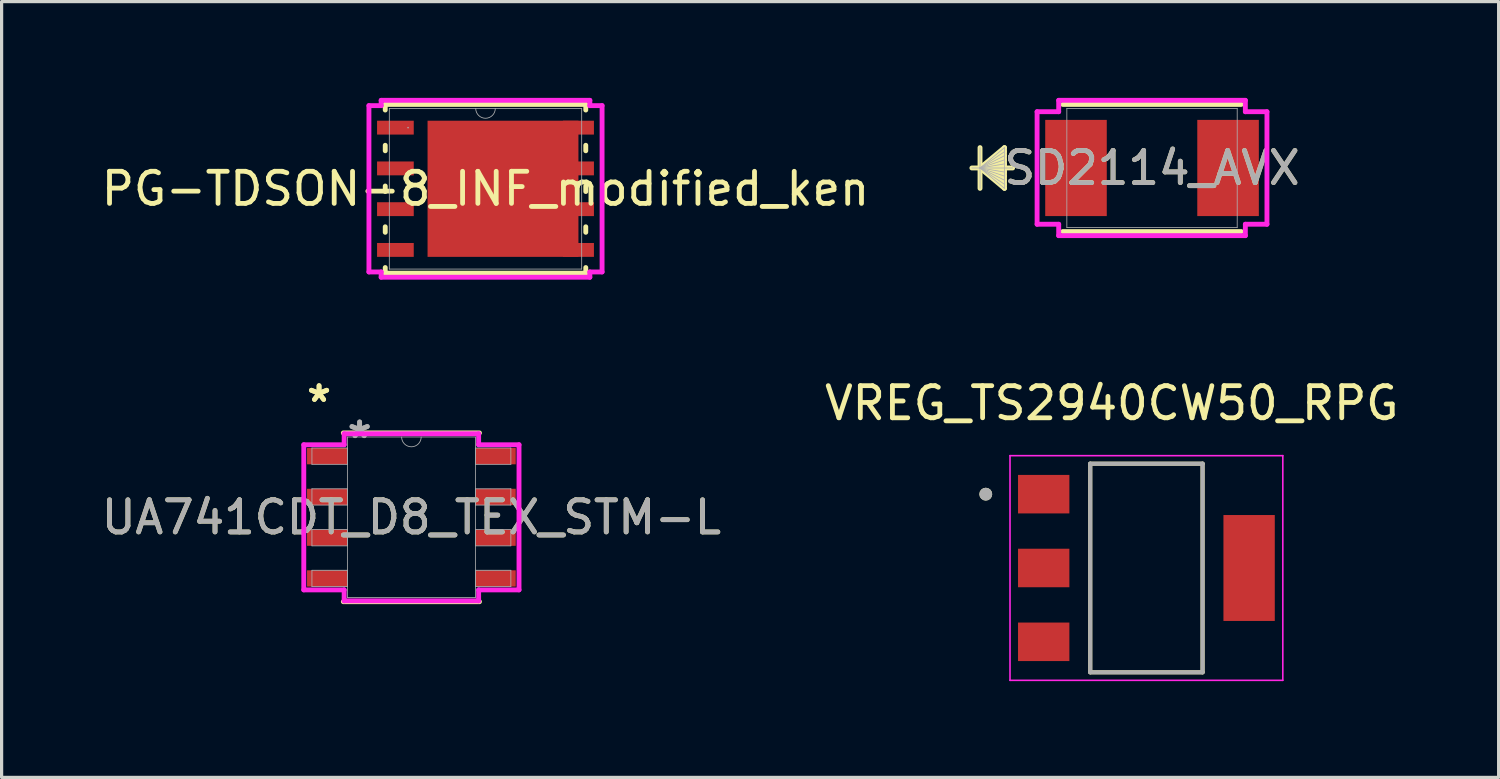
<source format=kicad_pcb>
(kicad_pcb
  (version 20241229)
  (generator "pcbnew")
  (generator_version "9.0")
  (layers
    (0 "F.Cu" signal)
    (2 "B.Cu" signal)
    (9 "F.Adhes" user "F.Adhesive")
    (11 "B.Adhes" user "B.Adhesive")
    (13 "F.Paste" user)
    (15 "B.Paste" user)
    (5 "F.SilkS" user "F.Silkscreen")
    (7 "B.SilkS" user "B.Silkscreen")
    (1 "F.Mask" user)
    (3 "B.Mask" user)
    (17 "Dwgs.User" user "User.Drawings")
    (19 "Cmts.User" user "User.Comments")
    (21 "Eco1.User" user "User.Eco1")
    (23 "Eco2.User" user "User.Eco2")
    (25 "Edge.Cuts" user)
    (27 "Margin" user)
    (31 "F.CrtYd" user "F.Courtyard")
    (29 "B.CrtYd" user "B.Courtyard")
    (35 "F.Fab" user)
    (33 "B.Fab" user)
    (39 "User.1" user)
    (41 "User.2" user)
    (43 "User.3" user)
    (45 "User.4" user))
  (footprint "PG-TDSON-8_INF_modified_ken"
    (layer "F.Cu")
    (at 12.077 2.832)
    (property "Reference" "PG-TDSON-8_INF_modified_ken" (at 0 0 0) (unlocked yes) (layer "F.SilkS") (effects (font (size 1 1) (thickness 0.15))))
    (attr smd)
    (fp_line (start -3.124 -2.629) (end -3.124 -2.454) (stroke (width 0.152) (type solid)) (layer "F.SilkS"))
    (fp_line (start -3.124 -1.356) (end -3.124 -1.184) (stroke (width 0.152) (type solid)) (layer "F.SilkS"))
    (fp_line (start -3.124 -0.086) (end -3.124 0.086) (stroke (width 0.152) (type solid)) (layer "F.SilkS"))
    (fp_line (start -3.124 1.184) (end -3.124 1.356) (stroke (width 0.152) (type solid)) (layer "F.SilkS"))
    (fp_line (start -3.124 2.454) (end -3.124 2.629) (stroke (width 0.152) (type solid)) (layer "F.SilkS"))
    (fp_line (start -3.124 2.629) (end 3.124 2.629) (stroke (width 0.152) (type solid)) (layer "F.SilkS"))
    (fp_line (start 3.124 -2.629) (end -3.124 -2.629) (stroke (width 0.152) (type solid)) (layer "F.SilkS"))
    (fp_line (start 3.124 -2.454) (end 3.124 -2.629) (stroke (width 0.152) (type solid)) (layer "F.SilkS"))
    (fp_line (start 3.124 -1.184) (end 3.124 -1.356) (stroke (width 0.152) (type solid)) (layer "F.SilkS"))
    (fp_line (start 3.124 0.086) (end 3.124 -0.086) (stroke (width 0.152) (type solid)) (layer "F.SilkS"))
    (fp_line (start 3.124 1.356) (end 3.124 1.184) (stroke (width 0.152) (type solid)) (layer "F.SilkS"))
    (fp_line (start 3.124 2.629) (end 3.124 2.454) (stroke (width 0.152) (type solid)) (layer "F.SilkS"))
    (fp_line (start -3.632 -2.591) (end -3.251 -2.591) (stroke (width 0.152) (type solid)) (layer "F.CrtYd"))
    (fp_line (start -3.632 2.591) (end -3.632 -2.591) (stroke (width 0.152) (type solid)) (layer "F.CrtYd"))
    (fp_line (start -3.632 2.591) (end -3.251 2.591) (stroke (width 0.152) (type solid)) (layer "F.CrtYd"))
    (fp_line (start -3.251 -2.756) (end 3.251 -2.756) (stroke (width 0.152) (type solid)) (layer "F.CrtYd"))
    (fp_line (start -3.251 -2.591) (end -3.251 -2.756) (stroke (width 0.152) (type solid)) (layer "F.CrtYd"))
    (fp_line (start -3.251 2.756) (end -3.251 2.591) (stroke (width 0.152) (type solid)) (layer "F.CrtYd"))
    (fp_line (start 3.251 -2.756) (end 3.251 -2.591) (stroke (width 0.152) (type solid)) (layer "F.CrtYd"))
    (fp_line (start 3.251 2.591) (end 3.251 2.756) (stroke (width 0.152) (type solid)) (layer "F.CrtYd"))
    (fp_line (start 3.251 2.756) (end -3.251 2.756) (stroke (width 0.152) (type solid)) (layer "F.CrtYd"))
    (fp_line (start 3.632 -2.591) (end 3.251 -2.591) (stroke (width 0.152) (type solid)) (layer "F.CrtYd"))
    (fp_line (start 3.632 -2.591) (end 3.632 2.591) (stroke (width 0.152) (type solid)) (layer "F.CrtYd"))
    (fp_line (start 3.632 2.591) (end 3.251 2.591) (stroke (width 0.152) (type solid)) (layer "F.CrtYd"))
    (fp_line (start -2.997 -2.502) (end -2.997 2.502) (stroke (width 0.025) (type solid)) (layer "F.Fab"))
    (fp_line (start -2.997 2.502) (end 2.997 2.502) (stroke (width 0.025) (type solid)) (layer "F.Fab"))
    (fp_line (start 2.997 -2.502) (end -2.997 -2.502) (stroke (width 0.025) (type solid)) (layer "F.Fab"))
    (fp_line (start 2.997 2.502) (end 2.997 -2.502) (stroke (width 0.025) (type solid)) (layer "F.Fab"))
    (fp_arc (start 0.3048 -2.5019) (mid 0 -2.1971) (end -0.3048 -2.5019) (stroke (width 0.0254) (type solid)) (layer "F.Fab"))
    (fp_circle (center -2.413 -1.905) (end -2.413 -1.905) (stroke (width 0.025) (type solid)) (fill no) (layer "F.Fab"))
    (pad "1" smd rect (at -2.807 -1.905) (size 1.143 0.432) (layers "F.Cu" "F.Mask" "F.Paste"))
    (pad "2" smd rect (at -2.807 -0.635) (size 1.143 0.432) (layers "F.Cu" "F.Mask" "F.Paste"))
    (pad "3" smd rect (at -2.807 0.635) (size 1.143 0.432) (layers "F.Cu" "F.Mask" "F.Paste"))
    (pad "4" smd rect (at -2.807 1.905) (size 1.143 0.432) (layers "F.Cu" "F.Mask" "F.Paste"))
    (pad "5" smd rect (at 2.896 1.905) (size 0.965 0.432) (layers "F.Cu" "F.Mask" "F.Paste"))
    (pad "6" smd rect (at 2.896 0.635) (size 0.965 0.432) (layers "F.Cu" "F.Mask" "F.Paste"))
    (pad "7" smd rect (at 2.896 -0.635) (size 0.965 0.432) (layers "F.Cu" "F.Mask" "F.Paste"))
    (pad "8" smd rect (at 0.545 0) (size 4.701 4.242) (layers "F.Cu" "F.Mask" "F.Paste"))
    (pad "8" smd rect (at 2.896 -1.905) (size 0.965 0.432) (layers "F.Cu" "F.Mask" "F.Paste")))
  (footprint "SD2114_AVX"
    (layer "F.Cu")
    (at 32.844 2.184)
    (property "Reference" "SD2114_AVX" (at 0 0 0) (unlocked yes) (layer "F.SilkS") (effects (font (size 1 1) (thickness 0.15))))
    (attr smd)
    (fp_line (start -5.359 -0.635) (end -5.359 0.635) (stroke (width 0.152) (type solid)) (layer "F.SilkS"))
    (fp_line (start -5.359 0) (end -4.597 -0.635) (stroke (width 0.152) (type solid)) (layer "F.SilkS"))
    (fp_line (start -5.359 0) (end -4.597 -0.508) (stroke (width 0.152) (type solid)) (layer "F.SilkS"))
    (fp_line (start -5.359 0) (end -4.597 -0.381) (stroke (width 0.152) (type solid)) (layer "F.SilkS"))
    (fp_line (start -5.359 0) (end -4.597 -0.254) (stroke (width 0.152) (type solid)) (layer "F.SilkS"))
    (fp_line (start -5.359 0) (end -4.597 -0.127) (stroke (width 0.152) (type solid)) (layer "F.SilkS"))
    (fp_line (start -5.359 0) (end -4.597 0.127) (stroke (width 0.152) (type solid)) (layer "F.SilkS"))
    (fp_line (start -5.359 0) (end -4.597 0.254) (stroke (width 0.152) (type solid)) (layer "F.SilkS"))
    (fp_line (start -5.359 0) (end -4.597 0.381) (stroke (width 0.152) (type solid)) (layer "F.SilkS"))
    (fp_line (start -5.359 0) (end -4.597 0.508) (stroke (width 0.152) (type solid)) (layer "F.SilkS"))
    (fp_line (start -5.359 0) (end -4.597 0.635) (stroke (width 0.152) (type solid)) (layer "F.SilkS"))
    (fp_line (start -4.597 -0.635) (end -4.597 0.635) (stroke (width 0.152) (type solid)) (layer "F.SilkS"))
    (fp_line (start -4.343 0) (end -5.613 0) (stroke (width 0.152) (type solid)) (layer "F.SilkS"))
    (fp_line (start -2.781 1.981) (end 2.781 1.981) (stroke (width 0.152) (type solid)) (layer "F.SilkS"))
    (fp_line (start 2.781 -1.981) (end -2.781 -1.981) (stroke (width 0.152) (type solid)) (layer "F.SilkS"))
    (fp_line (start -3.581 -1.753) (end -2.908 -1.753) (stroke (width 0.152) (type solid)) (layer "F.CrtYd"))
    (fp_line (start -3.581 1.753) (end -3.581 -1.753) (stroke (width 0.152) (type solid)) (layer "F.CrtYd"))
    (fp_line (start -2.908 -2.108) (end 2.908 -2.108) (stroke (width 0.152) (type solid)) (layer "F.CrtYd"))
    (fp_line (start -2.908 -1.753) (end -2.908 -2.108) (stroke (width 0.152) (type solid)) (layer "F.CrtYd"))
    (fp_line (start -2.908 1.753) (end -3.581 1.753) (stroke (width 0.152) (type solid)) (layer "F.CrtYd"))
    (fp_line (start -2.908 2.108) (end -2.908 1.753) (stroke (width 0.152) (type solid)) (layer "F.CrtYd"))
    (fp_line (start 2.908 -2.108) (end 2.908 -1.753) (stroke (width 0.152) (type solid)) (layer "F.CrtYd"))
    (fp_line (start 2.908 -1.753) (end 3.581 -1.753) (stroke (width 0.152) (type solid)) (layer "F.CrtYd"))
    (fp_line (start 2.908 1.753) (end 2.908 2.108) (stroke (width 0.152) (type solid)) (layer "F.CrtYd"))
    (fp_line (start 2.908 2.108) (end -2.908 2.108) (stroke (width 0.152) (type solid)) (layer "F.CrtYd"))
    (fp_line (start 3.581 -1.753) (end 3.581 1.753) (stroke (width 0.152) (type solid)) (layer "F.CrtYd"))
    (fp_line (start 3.581 1.753) (end 2.908 1.753) (stroke (width 0.152) (type solid)) (layer "F.CrtYd"))
    (fp_line (start -5.359 -0.635) (end -5.359 0.635) (stroke (width 0.025) (type solid)) (layer "F.Fab"))
    (fp_line (start -5.359 0) (end -4.597 -0.635) (stroke (width 0.025) (type solid)) (layer "F.Fab"))
    (fp_line (start -5.359 0) (end -4.597 -0.508) (stroke (width 0.025) (type solid)) (layer "F.Fab"))
    (fp_line (start -5.359 0) (end -4.597 -0.381) (stroke (width 0.025) (type solid)) (layer "F.Fab"))
    (fp_line (start -5.359 0) (end -4.597 -0.254) (stroke (width 0.025) (type solid)) (layer "F.Fab"))
    (fp_line (start -5.359 0) (end -4.597 -0.127) (stroke (width 0.025) (type solid)) (layer "F.Fab"))
    (fp_line (start -5.359 0) (end -4.597 0.127) (stroke (width 0.025) (type solid)) (layer "F.Fab"))
    (fp_line (start -5.359 0) (end -4.597 0.254) (stroke (width 0.025) (type solid)) (layer "F.Fab"))
    (fp_line (start -5.359 0) (end -4.597 0.381) (stroke (width 0.025) (type solid)) (layer "F.Fab"))
    (fp_line (start -5.359 0) (end -4.597 0.508) (stroke (width 0.025) (type solid)) (layer "F.Fab"))
    (fp_line (start -5.359 0) (end -4.597 0.635) (stroke (width 0.025) (type solid)) (layer "F.Fab"))
    (fp_line (start -4.597 -0.635) (end -4.597 0.635) (stroke (width 0.025) (type solid)) (layer "F.Fab"))
    (fp_line (start -4.343 0) (end -5.613 0) (stroke (width 0.025) (type solid)) (layer "F.Fab"))
    (fp_line (start -2.654 -1.854) (end -2.654 1.854) (stroke (width 0.025) (type solid)) (layer "F.Fab"))
    (fp_line (start -2.654 1.854) (end 2.654 1.854) (stroke (width 0.025) (type solid)) (layer "F.Fab"))
    (fp_line (start 2.654 -1.854) (end -2.654 -1.854) (stroke (width 0.025) (type solid)) (layer "F.Fab"))
    (fp_line (start 2.654 1.854) (end 2.654 -1.854) (stroke (width 0.025) (type solid)) (layer "F.Fab"))
    (fp_text user "${REFERENCE}" (at 0 0 0) (unlocked yes) (layer "F.Fab") (effects (font (size 1 1) (thickness 0.15))))
    (pad "1" smd rect (at -2.369 0) (size 1.918 2.997) (layers "F.Cu" "F.Mask" "F.Paste"))
    (pad "2" smd rect (at 2.369 0) (size 1.918 2.997) (layers "F.Cu" "F.Mask" "F.Paste"))
    (zone (net_name "") (layer "F.Cu") (hatch full 0.508) (connect_pads) (min_thickness 0.254) (filled_areas_thickness no) (keepout (tracks not_allowed) (vias not_allowed) (pads allowed) (copperpour not_allowed) (footprints allowed)) (placement (enabled no)) (fill) (polygon (pts (xy 31.485 0.381) (xy 34.203 0.381) (xy 34.203 3.988) (xy 31.485 3.988)))))
  (footprint "UA741CDT_D8_TEX_STM-L"
    (layer "F.Cu")
    (at 9.768 13.068)
    (property "Reference" "UA741CDT_D8_TEX_STM-L" (at 0 0 0) (unlocked yes) (layer "F.SilkS") (effects (font (size 1 1) (thickness 0.15))))
    (attr smd)
    (fp_line (start -2.121 2.629) (end 2.121 2.629) (stroke (width 0.152) (type solid)) (layer "F.SilkS"))
    (fp_line (start 2.121 -2.629) (end -2.121 -2.629) (stroke (width 0.152) (type solid)) (layer "F.SilkS"))
    (fp_line (start -3.353 -2.261) (end -2.095 -2.261) (stroke (width 0.152) (type solid)) (layer "F.CrtYd"))
    (fp_line (start -3.353 2.261) (end -3.353 -2.261) (stroke (width 0.152) (type solid)) (layer "F.CrtYd"))
    (fp_line (start -3.353 2.261) (end -2.095 2.261) (stroke (width 0.152) (type solid)) (layer "F.CrtYd"))
    (fp_line (start -2.095 -2.603) (end 2.095 -2.603) (stroke (width 0.152) (type solid)) (layer "F.CrtYd"))
    (fp_line (start -2.095 -2.261) (end -2.095 -2.603) (stroke (width 0.152) (type solid)) (layer "F.CrtYd"))
    (fp_line (start -2.095 2.603) (end -2.095 2.261) (stroke (width 0.152) (type solid)) (layer "F.CrtYd"))
    (fp_line (start 2.095 -2.603) (end 2.095 -2.261) (stroke (width 0.152) (type solid)) (layer "F.CrtYd"))
    (fp_line (start 2.095 2.261) (end 2.095 2.603) (stroke (width 0.152) (type solid)) (layer "F.CrtYd"))
    (fp_line (start 2.095 2.603) (end -2.095 2.603) (stroke (width 0.152) (type solid)) (layer "F.CrtYd"))
    (fp_line (start 3.353 -2.261) (end 2.095 -2.261) (stroke (width 0.152) (type solid)) (layer "F.CrtYd"))
    (fp_line (start 3.353 -2.261) (end 3.353 2.261) (stroke (width 0.152) (type solid)) (layer "F.CrtYd"))
    (fp_line (start 3.353 2.261) (end 2.095 2.261) (stroke (width 0.152) (type solid)) (layer "F.CrtYd"))
    (fp_line (start -3.099 -2.159) (end -3.099 -1.651) (stroke (width 0.025) (type solid)) (layer "F.Fab"))
    (fp_line (start -3.099 -1.651) (end -1.994 -1.651) (stroke (width 0.025) (type solid)) (layer "F.Fab"))
    (fp_line (start -3.099 -0.889) (end -3.099 -0.381) (stroke (width 0.025) (type solid)) (layer "F.Fab"))
    (fp_line (start -3.099 -0.381) (end -1.994 -0.381) (stroke (width 0.025) (type solid)) (layer "F.Fab"))
    (fp_line (start -3.099 0.381) (end -3.099 0.889) (stroke (width 0.025) (type solid)) (layer "F.Fab"))
    (fp_line (start -3.099 0.889) (end -1.994 0.889) (stroke (width 0.025) (type solid)) (layer "F.Fab"))
    (fp_line (start -3.099 1.651) (end -3.099 2.159) (stroke (width 0.025) (type solid)) (layer "F.Fab"))
    (fp_line (start -3.099 2.159) (end -1.994 2.159) (stroke (width 0.025) (type solid)) (layer "F.Fab"))
    (fp_line (start -1.994 -2.502) (end -1.994 2.502) (stroke (width 0.025) (type solid)) (layer "F.Fab"))
    (fp_line (start -1.994 -2.159) (end -3.099 -2.159) (stroke (width 0.025) (type solid)) (layer "F.Fab"))
    (fp_line (start -1.994 -1.651) (end -1.994 -2.159) (stroke (width 0.025) (type solid)) (layer "F.Fab"))
    (fp_line (start -1.994 -0.889) (end -3.099 -0.889) (stroke (width 0.025) (type solid)) (layer "F.Fab"))
    (fp_line (start -1.994 -0.381) (end -1.994 -0.889) (stroke (width 0.025) (type solid)) (layer "F.Fab"))
    (fp_line (start -1.994 0.381) (end -3.099 0.381) (stroke (width 0.025) (type solid)) (layer "F.Fab"))
    (fp_line (start -1.994 0.889) (end -1.994 0.381) (stroke (width 0.025) (type solid)) (layer "F.Fab"))
    (fp_line (start -1.994 1.651) (end -3.099 1.651) (stroke (width 0.025) (type solid)) (layer "F.Fab"))
    (fp_line (start -1.994 2.159) (end -1.994 1.651) (stroke (width 0.025) (type solid)) (layer "F.Fab"))
    (fp_line (start -1.994 2.502) (end 1.994 2.502) (stroke (width 0.025) (type solid)) (layer "F.Fab"))
    (fp_line (start 1.994 -2.502) (end -1.994 -2.502) (stroke (width 0.025) (type solid)) (layer "F.Fab"))
    (fp_line (start 1.994 -2.159) (end 1.994 -1.651) (stroke (width 0.025) (type solid)) (layer "F.Fab"))
    (fp_line (start 1.994 -1.651) (end 3.099 -1.651) (stroke (width 0.025) (type solid)) (layer "F.Fab"))
    (fp_line (start 1.994 -0.889) (end 1.994 -0.381) (stroke (width 0.025) (type solid)) (layer "F.Fab"))
    (fp_line (start 1.994 -0.381) (end 3.099 -0.381) (stroke (width 0.025) (type solid)) (layer "F.Fab"))
    (fp_line (start 1.994 0.381) (end 1.994 0.889) (stroke (width 0.025) (type solid)) (layer "F.Fab"))
    (fp_line (start 1.994 0.889) (end 3.099 0.889) (stroke (width 0.025) (type solid)) (layer "F.Fab"))
    (fp_line (start 1.994 1.651) (end 1.994 2.159) (stroke (width 0.025) (type solid)) (layer "F.Fab"))
    (fp_line (start 1.994 2.159) (end 3.099 2.159) (stroke (width 0.025) (type solid)) (layer "F.Fab"))
    (fp_line (start 1.994 2.502) (end 1.994 -2.502) (stroke (width 0.025) (type solid)) (layer "F.Fab"))
    (fp_line (start 3.099 -2.159) (end 1.994 -2.159) (stroke (width 0.025) (type solid)) (layer "F.Fab"))
    (fp_line (start 3.099 -1.651) (end 3.099 -2.159) (stroke (width 0.025) (type solid)) (layer "F.Fab"))
    (fp_line (start 3.099 -0.889) (end 1.994 -0.889) (stroke (width 0.025) (type solid)) (layer "F.Fab"))
    (fp_line (start 3.099 -0.381) (end 3.099 -0.889) (stroke (width 0.025) (type solid)) (layer "F.Fab"))
    (fp_line (start 3.099 0.381) (end 1.994 0.381) (stroke (width 0.025) (type solid)) (layer "F.Fab"))
    (fp_line (start 3.099 0.889) (end 3.099 0.381) (stroke (width 0.025) (type solid)) (layer "F.Fab"))
    (fp_line (start 3.099 1.651) (end 1.994 1.651) (stroke (width 0.025) (type solid)) (layer "F.Fab"))
    (fp_line (start 3.099 2.159) (end 3.099 1.651) (stroke (width 0.025) (type solid)) (layer "F.Fab"))
    (fp_arc (start 0.3048 -2.5019) (mid 0 -2.1971) (end -0.3048 -2.5019) (stroke (width 0.0254) (type solid)) (layer "F.Fab"))
    (fp_text user "*" (at -2.877 -3.556 0) (unlocked yes) (layer "F.SilkS") (effects (font (size 1 1) (thickness 0.15))))
    (fp_text user "*" (at -2.877 -3.556 0) (layer "F.SilkS") (effects (font (size 1 1) (thickness 0.15))))
    (fp_text user "*" (at -1.613 -2.426 0) (unlocked yes) (layer "F.Fab") (effects (font (size 1 1) (thickness 0.15))))
    (fp_text user "${REFERENCE}" (at 0 0 0) (unlocked yes) (layer "F.Fab") (effects (font (size 1 1) (thickness 0.15))))
    (fp_text user "*" (at -1.613 -2.426 0) (layer "F.Fab") (effects (font (size 1 1) (thickness 0.15))))
    (pad "1" smd rect (at -2.623 -1.905) (size 1.257 0.508) (layers "F.Cu" "F.Mask" "F.Paste"))
    (pad "2" smd rect (at -2.623 -0.635) (size 1.257 0.508) (layers "F.Cu" "F.Mask" "F.Paste"))
    (pad "3" smd rect (at -2.623 0.635) (size 1.257 0.508) (layers "F.Cu" "F.Mask" "F.Paste"))
    (pad "4" smd rect (at -2.623 1.905) (size 1.257 0.508) (layers "F.Cu" "F.Mask" "F.Paste"))
    (pad "5" smd rect (at 2.623 1.905) (size 1.257 0.508) (layers "F.Cu" "F.Mask" "F.Paste"))
    (pad "6" smd rect (at 2.623 0.635) (size 1.257 0.508) (layers "F.Cu" "F.Mask" "F.Paste"))
    (pad "7" smd rect (at 2.623 -0.635) (size 1.257 0.508) (layers "F.Cu" "F.Mask" "F.Paste"))
    (pad "8" smd rect (at 2.623 -1.905) (size 1.257 0.508) (layers "F.Cu" "F.Mask" "F.Paste")))
  (footprint "VREG_TS2940CW50_RPG"
    (layer "F.Cu")
    (at 32.669 14.647)
    (property "Reference" "VREG_TS2940CW50_RPG" (at -1.08 -5.135 0) (layer "F.SilkS") (effects (font (size 1 1) (thickness 0.15))))
    (attr smd)
    (fp_line (start -1.75 -3.25) (end 1.75 -3.25) (stroke (width 0.127) (type solid)) (layer "F.SilkS"))
    (fp_line (start -1.75 3.25) (end -1.75 -3.25) (stroke (width 0.127) (type solid)) (layer "F.SilkS"))
    (fp_line (start 1.75 -3.25) (end 1.75 3.25) (stroke (width 0.127) (type solid)) (layer "F.SilkS"))
    (fp_line (start 1.75 3.25) (end -1.75 3.25) (stroke (width 0.127) (type solid)) (layer "F.SilkS"))
    (fp_circle (center -5.005 -2.3) (end -4.905 -2.3) (stroke (width 0.2) (type solid)) (fill no) (layer "F.SilkS"))
    (fp_line (start -4.25 -3.5) (end -4.25 3.5) (stroke (width 0.05) (type solid)) (layer "F.CrtYd"))
    (fp_line (start -4.25 3.5) (end 4.25 3.5) (stroke (width 0.05) (type solid)) (layer "F.CrtYd"))
    (fp_line (start 4.25 -3.5) (end -4.25 -3.5) (stroke (width 0.05) (type solid)) (layer "F.CrtYd"))
    (fp_line (start 4.25 3.5) (end 4.25 -3.5) (stroke (width 0.05) (type solid)) (layer "F.CrtYd"))
    (fp_line (start -1.75 -3.25) (end 1.75 -3.25) (stroke (width 0.127) (type solid)) (layer "F.Fab"))
    (fp_line (start -1.75 3.25) (end -1.75 -3.25) (stroke (width 0.127) (type solid)) (layer "F.Fab"))
    (fp_line (start 1.75 -3.25) (end 1.75 3.25) (stroke (width 0.127) (type solid)) (layer "F.Fab"))
    (fp_line (start 1.75 3.25) (end -1.75 3.25) (stroke (width 0.127) (type solid)) (layer "F.Fab"))
    (fp_circle (center -5.005 -2.3) (end -4.905 -2.3) (stroke (width 0.2) (type solid)) (fill no) (layer "F.Fab"))
    (pad "1" smd rect (at -3.2 -2.3) (size 1.6 1.2) (layers "F.Cu" "F.Mask" "F.Paste"))
    (pad "2" smd rect (at -3.2 0) (size 1.6 1.2) (layers "F.Cu" "F.Mask" "F.Paste"))
    (pad "3" smd rect (at -3.2 2.3) (size 1.6 1.2) (layers "F.Cu" "F.Mask" "F.Paste"))
    (pad "4" smd rect (at 3.2 0) (size 1.6 3.3) (layers "F.Cu" "F.Mask" "F.Paste")))
  (gr_rect
    (start -3 -3)
    (end 43.643 21.172)
    (stroke (width 0.1) (type default))
    (fill no)
    (layer "Edge.Cuts")))
</source>
